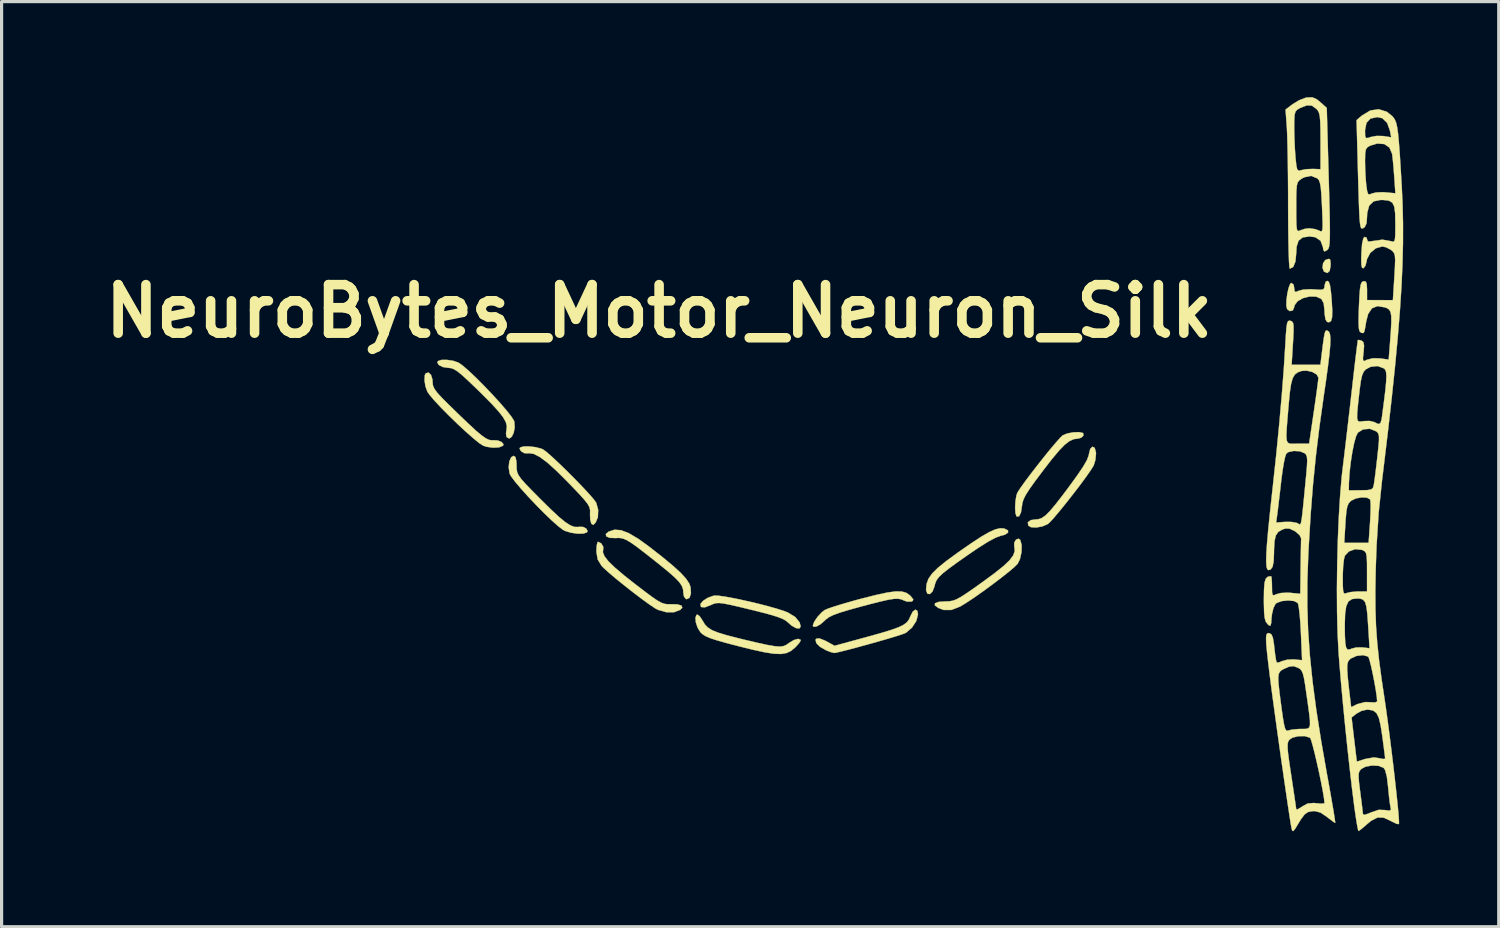
<source format=kicad_pcb>
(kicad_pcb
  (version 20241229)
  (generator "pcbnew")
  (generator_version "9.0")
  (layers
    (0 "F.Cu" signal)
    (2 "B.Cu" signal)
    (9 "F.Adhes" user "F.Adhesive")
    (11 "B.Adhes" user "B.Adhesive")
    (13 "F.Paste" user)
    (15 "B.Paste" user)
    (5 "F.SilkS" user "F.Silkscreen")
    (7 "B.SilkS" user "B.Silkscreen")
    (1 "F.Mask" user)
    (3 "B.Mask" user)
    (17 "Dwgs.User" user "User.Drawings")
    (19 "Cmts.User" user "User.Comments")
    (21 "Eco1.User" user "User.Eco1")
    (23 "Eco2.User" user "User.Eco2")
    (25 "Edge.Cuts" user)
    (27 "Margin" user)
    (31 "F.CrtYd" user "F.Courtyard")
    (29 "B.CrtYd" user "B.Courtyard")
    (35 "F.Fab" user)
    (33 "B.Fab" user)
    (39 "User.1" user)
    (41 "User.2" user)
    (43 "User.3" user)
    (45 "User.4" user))
  (footprint "NeuroBytes_Motor_Neuron_Silk"
    (layer "F.Cu")
    (at 17.642 6.72)
    (property "Reference" "NeuroBytes_Motor_Neuron_Silk" (at 0 0 0) (layer "F.SilkS") (effects (font (size 1.524 1.524) (thickness 0.3))))
    (attr through_hole)
    (fp_poly (pts (xy 21.071 -1.614) (xy 21.082 -1.495) (xy 21.082 -1.429) (xy 21.053 -1.266) (xy 20.979 -1.199) (xy 20.876 -1.243) (xy 20.87 -1.249) (xy 20.828 -1.362) (xy 20.845 -1.503) (xy 20.912 -1.604) (xy 20.928 -1.612) (xy 21.028 -1.644) (xy 21.071 -1.614)) (stroke (width 0.01) (type solid)) (fill yes) (layer "F.SilkS"))
    (fp_poly (pts (xy 10.831 6.822) (xy 10.84 6.824) (xy 10.954 6.881) (xy 10.955 6.952) (xy 10.854 7.018) (xy 10.719 7.053) (xy 10.563 7.11) (xy 10.323 7.239) (xy 10.012 7.435) (xy 9.69 7.654) (xy 9.344 7.898) (xy 9.088 8.085) (xy 8.908 8.228) (xy 8.788 8.342) (xy 8.713 8.441) (xy 8.67 8.539) (xy 8.642 8.649) (xy 8.582 8.803) (xy 8.5 8.88) (xy 8.424 8.87) (xy 8.383 8.765) (xy 8.382 8.73) (xy 8.399 8.557) (xy 8.458 8.397) (xy 8.573 8.234) (xy 8.756 8.053) (xy 9.022 7.838) (xy 9.383 7.574) (xy 9.405 7.559) (xy 9.805 7.281) (xy 10.121 7.075) (xy 10.367 6.934) (xy 10.558 6.849) (xy 10.708 6.814) (xy 10.831 6.822)) (stroke (width 0.01) (type solid)) (fill yes) (layer "F.SilkS"))
    (fp_poly (pts (xy -1.196 6.875) (xy -0.951 6.969) (xy -0.651 7.147) (xy -0.334 7.376) (xy 0.097 7.712) (xy 0.432 7.989) (xy 0.679 8.215) (xy 0.848 8.4) (xy 0.949 8.554) (xy 0.988 8.667) (xy 0.999 8.863) (xy 0.955 8.997) (xy 0.868 9.04) (xy 0.841 9.034) (xy 0.781 8.957) (xy 0.762 8.849) (xy 0.752 8.731) (xy 0.712 8.62) (xy 0.629 8.499) (xy 0.488 8.354) (xy 0.277 8.169) (xy -0.019 7.928) (xy -0.117 7.85) (xy -0.451 7.587) (xy -0.704 7.393) (xy -0.893 7.26) (xy -1.037 7.176) (xy -1.152 7.132) (xy -1.256 7.117) (xy -1.368 7.122) (xy -1.368 7.122) (xy -1.552 7.115) (xy -1.659 7.068) (xy -1.673 6.996) (xy -1.585 6.92) (xy -1.402 6.861) (xy -1.196 6.875)) (stroke (width 0.01) (type solid)) (fill yes) (layer "F.SilkS"))
    (fp_poly (pts (xy 13.675 4.29) (xy 13.714 4.43) (xy 13.716 4.476) (xy 13.696 4.674) (xy 13.646 4.838) (xy 13.642 4.846) (xy 13.55 4.993) (xy 13.402 5.205) (xy 13.214 5.46) (xy 13.002 5.736) (xy 12.785 6.013) (xy 12.578 6.268) (xy 12.4 6.48) (xy 12.266 6.626) (xy 12.206 6.68) (xy 12.037 6.755) (xy 11.847 6.79) (xy 11.681 6.783) (xy 11.589 6.731) (xy 11.577 6.627) (xy 11.671 6.558) (xy 11.801 6.54) (xy 11.912 6.53) (xy 12.018 6.491) (xy 12.133 6.41) (xy 12.27 6.273) (xy 12.443 6.068) (xy 12.666 5.781) (xy 12.858 5.526) (xy 13.124 5.16) (xy 13.314 4.879) (xy 13.433 4.671) (xy 13.488 4.525) (xy 13.493 4.492) (xy 13.535 4.322) (xy 13.605 4.254) (xy 13.675 4.29)) (stroke (width 0.01) (type solid)) (fill yes) (layer "F.SilkS"))
    (fp_poly (pts (xy 8.107 9.404) (xy 8.128 9.518) (xy 8.075 9.725) (xy 7.939 9.933) (xy 7.753 10.093) (xy 7.731 10.105) (xy 7.631 10.143) (xy 7.436 10.205) (xy 7.172 10.285) (xy 6.863 10.374) (xy 6.535 10.466) (xy 6.214 10.554) (xy 5.924 10.631) (xy 5.69 10.69) (xy 5.538 10.724) (xy 5.497 10.729) (xy 5.395 10.704) (xy 5.243 10.646) (xy 5.239 10.643) (xy 5.052 10.537) (xy 4.936 10.42) (xy 4.911 10.316) (xy 4.931 10.283) (xy 5.032 10.271) (xy 5.214 10.343) (xy 5.251 10.363) (xy 5.509 10.504) (xy 6.517 10.229) (xy 6.949 10.109) (xy 7.274 10.01) (xy 7.509 9.926) (xy 7.671 9.848) (xy 7.778 9.768) (xy 7.845 9.678) (xy 7.883 9.589) (xy 7.962 9.433) (xy 8.044 9.37) (xy 8.107 9.404)) (stroke (width 0.01) (type solid)) (fill yes) (layer "F.SilkS"))
    (fp_poly (pts (xy -7.162 1.997) (xy -7.116 2.142) (xy -7.112 2.208) (xy -7.102 2.321) (xy -7.06 2.428) (xy -6.97 2.554) (xy -6.816 2.722) (xy -6.62 2.918) (xy -6.255 3.274) (xy -5.967 3.549) (xy -5.745 3.754) (xy -5.575 3.897) (xy -5.446 3.988) (xy -5.346 4.037) (xy -5.263 4.053) (xy -5.202 4.05) (xy -5.062 4.058) (xy -4.944 4.107) (xy -4.885 4.176) (xy -4.901 4.224) (xy -5.023 4.274) (xy -5.213 4.285) (xy -5.417 4.256) (xy -5.524 4.22) (xy -5.649 4.14) (xy -5.838 3.985) (xy -6.073 3.778) (xy -6.333 3.536) (xy -6.596 3.28) (xy -6.844 3.03) (xy -7.054 2.805) (xy -7.207 2.625) (xy -7.275 2.527) (xy -7.336 2.357) (xy -7.365 2.168) (xy -7.356 2.011) (xy -7.328 1.952) (xy -7.24 1.925) (xy -7.162 1.997)) (stroke (width 0.01) (type solid)) (fill yes) (layer "F.SilkS"))
    (fp_poly (pts (xy -1.818 7.288) (xy -1.754 7.392) (xy -1.754 7.458) (xy -1.765 7.566) (xy -1.714 7.694) (xy -1.592 7.851) (xy -1.39 8.047) (xy -1.098 8.295) (xy -0.789 8.539) (xy -0.47 8.784) (xy -0.233 8.961) (xy -0.058 9.081) (xy 0.072 9.153) (xy 0.177 9.189) (xy 0.274 9.2) (xy 0.345 9.199) (xy 0.573 9.203) (xy 0.704 9.242) (xy 0.727 9.308) (xy 0.664 9.376) (xy 0.471 9.449) (xy 0.224 9.449) (xy -0.027 9.378) (xy -0.117 9.332) (xy -0.301 9.209) (xy -0.542 9.035) (xy -0.816 8.827) (xy -1.098 8.605) (xy -1.365 8.389) (xy -1.591 8.197) (xy -1.753 8.05) (xy -1.805 7.995) (xy -1.927 7.796) (xy -1.968 7.56) (xy -1.968 7.52) (xy -1.958 7.351) (xy -1.932 7.251) (xy -1.918 7.239) (xy -1.818 7.288)) (stroke (width 0.01) (type solid)) (fill yes) (layer "F.SilkS"))
    (fp_poly (pts (xy 1.856 8.931) (xy 2.079 8.962) (xy 2.371 9.016) (xy 2.706 9.088) (xy 3.057 9.169) (xy 3.397 9.256) (xy 3.7 9.341) (xy 3.94 9.419) (xy 4.039 9.458) (xy 4.273 9.6) (xy 4.413 9.772) (xy 4.445 9.902) (xy 4.402 9.961) (xy 4.296 9.948) (xy 4.16 9.871) (xy 4.064 9.787) (xy 3.982 9.717) (xy 3.865 9.653) (xy 3.693 9.588) (xy 3.447 9.514) (xy 3.106 9.426) (xy 2.875 9.369) (xy 2.496 9.277) (xy 2.219 9.214) (xy 2.023 9.176) (xy 1.885 9.16) (xy 1.785 9.166) (xy 1.701 9.19) (xy 1.612 9.23) (xy 1.612 9.23) (xy 1.436 9.297) (xy 1.331 9.289) (xy 1.308 9.271) (xy 1.299 9.19) (xy 1.382 9.091) (xy 1.529 8.997) (xy 1.71 8.932) (xy 1.728 8.928) (xy 1.856 8.931)) (stroke (width 0.01) (type solid)) (fill yes) (layer "F.SilkS"))
    (fp_poly (pts (xy 7.614 8.799) (xy 7.756 8.839) (xy 7.867 8.914) (xy 7.906 8.953) (xy 7.979 9.048) (xy 7.962 9.096) (xy 7.919 9.116) (xy 7.787 9.118) (xy 7.693 9.085) (xy 7.604 9.046) (xy 7.504 9.027) (xy 7.373 9.031) (xy 7.192 9.059) (xy 6.94 9.116) (xy 6.599 9.203) (xy 6.327 9.275) (xy 5.945 9.381) (xy 5.665 9.466) (xy 5.467 9.539) (xy 5.329 9.608) (xy 5.23 9.682) (xy 5.192 9.72) (xy 5.058 9.835) (xy 4.932 9.902) (xy 4.845 9.906) (xy 4.826 9.868) (xy 4.869 9.751) (xy 4.973 9.598) (xy 5.105 9.455) (xy 5.2 9.381) (xy 5.316 9.332) (xy 5.531 9.26) (xy 5.819 9.173) (xy 6.155 9.077) (xy 6.376 9.018) (xy 6.822 8.906) (xy 7.165 8.832) (xy 7.423 8.797) (xy 7.614 8.799)) (stroke (width 0.01) (type solid)) (fill yes) (layer "F.SilkS"))
    (fp_poly (pts (xy 11.338 7.18) (xy 11.383 7.344) (xy 11.377 7.565) (xy 11.328 7.785) (xy 11.258 7.927) (xy 11.159 8.027) (xy 10.978 8.181) (xy 10.737 8.371) (xy 10.461 8.581) (xy 10.173 8.792) (xy 9.895 8.988) (xy 9.65 9.151) (xy 9.463 9.265) (xy 9.448 9.273) (xy 9.174 9.379) (xy 8.933 9.379) (xy 8.77 9.318) (xy 8.656 9.234) (xy 8.662 9.168) (xy 8.783 9.125) (xy 8.986 9.112) (xy 9.109 9.108) (xy 9.22 9.089) (xy 9.339 9.044) (xy 9.487 8.963) (xy 9.683 8.835) (xy 9.948 8.65) (xy 10.17 8.491) (xy 10.544 8.216) (xy 10.82 7.994) (xy 11.008 7.814) (xy 11.12 7.662) (xy 11.165 7.529) (xy 11.155 7.4) (xy 11.149 7.38) (xy 11.15 7.264) (xy 11.205 7.172) (xy 11.283 7.141) (xy 11.338 7.18)) (stroke (width 0.01) (type solid)) (fill yes) (layer "F.SilkS"))
    (fp_poly (pts (xy 13.302 3.822) (xy 13.314 3.831) (xy 13.323 3.905) (xy 13.248 3.974) (xy 13.144 4) (xy 13.013 4.018) (xy 12.88 4.079) (xy 12.731 4.195) (xy 12.552 4.38) (xy 12.33 4.646) (xy 12.059 4.996) (xy 11.812 5.325) (xy 11.634 5.574) (xy 11.514 5.761) (xy 11.441 5.905) (xy 11.404 6.025) (xy 11.393 6.107) (xy 11.361 6.314) (xy 11.306 6.434) (xy 11.237 6.45) (xy 11.219 6.436) (xy 11.186 6.336) (xy 11.177 6.162) (xy 11.188 5.96) (xy 11.219 5.78) (xy 11.248 5.698) (xy 11.333 5.565) (xy 11.476 5.364) (xy 11.66 5.118) (xy 11.869 4.848) (xy 12.084 4.575) (xy 12.29 4.322) (xy 12.47 4.11) (xy 12.605 3.959) (xy 12.673 3.896) (xy 12.816 3.838) (xy 13.002 3.803) (xy 13.182 3.796) (xy 13.302 3.822)) (stroke (width 0.01) (type solid)) (fill yes) (layer "F.SilkS"))
    (fp_poly (pts (xy -4.508 4.582) (xy -4.479 4.72) (xy -4.475 4.843) (xy -4.472 4.957) (xy -4.455 5.054) (xy -4.412 5.15) (xy -4.331 5.265) (xy -4.197 5.417) (xy -3.998 5.623) (xy -3.745 5.879) (xy -3.411 6.209) (xy -3.149 6.454) (xy -2.944 6.623) (xy -2.782 6.726) (xy -2.651 6.773) (xy -2.536 6.774) (xy -2.509 6.769) (xy -2.384 6.773) (xy -2.283 6.827) (xy -2.245 6.903) (xy -2.265 6.943) (xy -2.376 6.982) (xy -2.56 6.984) (xy -2.768 6.954) (xy -2.954 6.897) (xy -3.016 6.864) (xy -3.169 6.749) (xy -3.373 6.567) (xy -3.611 6.339) (xy -3.863 6.083) (xy -4.112 5.82) (xy -4.338 5.569) (xy -4.523 5.35) (xy -4.649 5.182) (xy -4.694 5.097) (xy -4.722 4.9) (xy -4.702 4.716) (xy -4.643 4.583) (xy -4.567 4.54) (xy -4.508 4.582)) (stroke (width 0.01) (type solid)) (fill yes) (layer "F.SilkS"))
    (fp_poly (pts (xy -6.46 1.558) (xy -6.299 1.614) (xy -6.165 1.708) (xy -5.974 1.874) (xy -5.745 2.091) (xy -5.494 2.343) (xy -5.241 2.608) (xy -5.002 2.869) (xy -4.797 3.107) (xy -4.642 3.303) (xy -4.556 3.437) (xy -4.545 3.466) (xy -4.533 3.648) (xy -4.564 3.815) (xy -4.624 3.94) (xy -4.701 3.997) (xy -4.779 3.959) (xy -4.792 3.94) (xy -4.807 3.837) (xy -4.791 3.725) (xy -4.78 3.607) (xy -4.813 3.478) (xy -4.899 3.326) (xy -5.049 3.135) (xy -5.272 2.892) (xy -5.579 2.584) (xy -5.672 2.492) (xy -5.953 2.221) (xy -6.162 2.028) (xy -6.316 1.899) (xy -6.433 1.824) (xy -6.529 1.787) (xy -6.621 1.778) (xy -6.623 1.778) (xy -6.788 1.753) (xy -6.912 1.691) (xy -6.963 1.613) (xy -6.942 1.566) (xy -6.834 1.529) (xy -6.657 1.528) (xy -6.46 1.558)) (stroke (width 0.01) (type solid)) (fill yes) (layer "F.SilkS"))
    (fp_poly (pts (xy -3.883 4.268) (xy -3.703 4.313) (xy -3.646 4.338) (xy -3.535 4.419) (xy -3.359 4.573) (xy -3.137 4.781) (xy -2.89 5.021) (xy -2.638 5.274) (xy -2.4 5.52) (xy -2.197 5.739) (xy -2.048 5.911) (xy -1.975 6.012) (xy -1.913 6.234) (xy -1.922 6.467) (xy -1.991 6.633) (xy -2.065 6.709) (xy -2.12 6.678) (xy -2.13 6.663) (xy -2.162 6.545) (xy -2.169 6.368) (xy -2.167 6.34) (xy -2.166 6.246) (xy -2.185 6.159) (xy -2.237 6.059) (xy -2.336 5.931) (xy -2.492 5.756) (xy -2.72 5.517) (xy -2.856 5.376) (xy -3.217 5.016) (xy -3.511 4.75) (xy -3.749 4.574) (xy -3.94 4.478) (xy -4.092 4.457) (xy -4.131 4.464) (xy -4.239 4.454) (xy -4.336 4.393) (xy -4.38 4.317) (xy -4.365 4.281) (xy -4.263 4.247) (xy -4.086 4.244) (xy -3.883 4.268)) (stroke (width 0.01) (type solid)) (fill yes) (layer "F.SilkS"))
    (fp_poly (pts (xy 1.273 9.576) (xy 1.357 9.7) (xy 1.365 9.715) (xy 1.437 9.833) (xy 1.529 9.93) (xy 1.659 10.012) (xy 1.847 10.089) (xy 2.112 10.17) (xy 2.473 10.263) (xy 2.689 10.316) (xy 3.098 10.412) (xy 3.404 10.479) (xy 3.627 10.517) (xy 3.786 10.529) (xy 3.9 10.515) (xy 3.991 10.477) (xy 4.078 10.416) (xy 4.081 10.414) (xy 4.23 10.324) (xy 4.361 10.287) (xy 4.438 10.312) (xy 4.445 10.339) (xy 4.403 10.412) (xy 4.299 10.529) (xy 4.262 10.566) (xy 4.137 10.667) (xy 4 10.732) (xy 3.83 10.761) (xy 3.61 10.754) (xy 3.322 10.71) (xy 2.948 10.629) (xy 2.515 10.522) (xy 2.113 10.417) (xy 1.815 10.333) (xy 1.603 10.263) (xy 1.458 10.2) (xy 1.359 10.137) (xy 1.293 10.073) (xy 1.207 9.932) (xy 1.154 9.769) (xy 1.141 9.624) (xy 1.174 9.535) (xy 1.205 9.525) (xy 1.273 9.576)) (stroke (width 0.01) (type solid)) (fill yes) (layer "F.SilkS"))
    (fp_poly (pts (xy 21.027 -0.919) (xy 21.064 -0.807) (xy 21.093 -0.599) (xy 21.116 -0.344) (xy 21.134 -0.021) (xy 21.128 0.193) (xy 21.094 0.31) (xy 21.031 0.348) (xy 20.971 0.336) (xy 20.919 0.255) (xy 20.893 0.076) (xy 20.892 0.002) (xy 20.865 -0.248) (xy 20.79 -0.386) (xy 20.626 -0.458) (xy 20.422 -0.462) (xy 20.217 -0.411) (xy 20.046 -0.314) (xy 19.949 -0.185) (xy 19.939 -0.126) (xy 19.894 -0.024) (xy 19.798 -0.003) (xy 19.715 -0.067) (xy 19.691 -0.177) (xy 19.696 -0.351) (xy 19.722 -0.549) (xy 19.763 -0.731) (xy 19.812 -0.856) (xy 19.85 -0.889) (xy 19.92 -0.834) (xy 19.939 -0.728) (xy 19.951 -0.616) (xy 20.011 -0.609) (xy 20.075 -0.64) (xy 20.22 -0.678) (xy 20.434 -0.69) (xy 20.551 -0.685) (xy 20.748 -0.672) (xy 20.849 -0.685) (xy 20.886 -0.733) (xy 20.892 -0.804) (xy 20.924 -0.921) (xy 20.981 -0.953) (xy 21.027 -0.919)) (stroke (width 0.01) (type solid)) (fill yes) (layer "F.SilkS"))
    (fp_poly (pts (xy 20.645 -6.655) (xy 20.759 -6.563) (xy 20.961 -6.382) (xy 21.022 -4.191) (xy 21.038 -3.604) (xy 21.05 -3.132) (xy 21.057 -2.76) (xy 21.059 -2.477) (xy 21.056 -2.268) (xy 21.048 -2.123) (xy 21.034 -2.027) (xy 21.014 -1.967) (xy 20.988 -1.931) (xy 20.971 -1.917) (xy 20.89 -1.874) (xy 20.853 -1.923) (xy 20.84 -2.013) (xy 20.766 -2.212) (xy 20.602 -2.323) (xy 20.419 -2.347) (xy 20.206 -2.316) (xy 20.076 -2.215) (xy 20.014 -2.025) (xy 20.003 -1.831) (xy 19.978 -1.561) (xy 19.909 -1.392) (xy 19.799 -1.333) (xy 19.787 -1.394) (xy 19.775 -1.567) (xy 19.765 -1.836) (xy 19.757 -2.185) (xy 19.752 -2.599) (xy 19.749 -3.064) (xy 19.748 -3.26) (xy 19.748 -3.261) (xy 20.003 -3.261) (xy 20.003 -2.934) (xy 20.008 -2.715) (xy 20.02 -2.585) (xy 20.043 -2.526) (xy 20.079 -2.517) (xy 20.125 -2.538) (xy 20.286 -2.589) (xy 20.415 -2.603) (xy 20.599 -2.576) (xy 20.715 -2.533) (xy 20.769 -2.507) (xy 20.805 -2.512) (xy 20.825 -2.566) (xy 20.832 -2.688) (xy 20.827 -2.896) (xy 20.815 -3.209) (xy 20.812 -3.275) (xy 20.794 -3.621) (xy 20.775 -3.862) (xy 20.749 -4.019) (xy 20.714 -4.115) (xy 20.666 -4.17) (xy 20.663 -4.171) (xy 20.466 -4.249) (xy 20.25 -4.203) (xy 20.159 -4.152) (xy 20.094 -4.104) (xy 20.05 -4.046) (xy 20.023 -3.953) (xy 20.009 -3.803) (xy 20.003 -3.571) (xy 20.003 -3.261) (xy 19.748 -3.261) (xy 19.747 -3.776) (xy 19.743 -4.279) (xy 19.737 -4.748) (xy 19.729 -5.161) (xy 19.72 -5.495) (xy 19.71 -5.728) (xy 19.708 -5.759) (xy 19.708 -5.761) (xy 19.939 -5.761) (xy 19.945 -5.44) (xy 19.96 -5.1) (xy 19.98 -4.812) (xy 19.981 -4.809) (xy 20.005 -4.583) (xy 20.031 -4.459) (xy 20.071 -4.413) (xy 20.135 -4.42) (xy 20.155 -4.427) (xy 20.309 -4.458) (xy 20.506 -4.467) (xy 20.526 -4.467) (xy 20.765 -4.458) (xy 20.765 -5.34) (xy 20.763 -5.697) (xy 20.756 -5.948) (xy 20.742 -6.119) (xy 20.716 -6.23) (xy 20.678 -6.304) (xy 20.637 -6.35) (xy 20.494 -6.454) (xy 20.339 -6.464) (xy 20.133 -6.383) (xy 20.126 -6.38) (xy 20.034 -6.327) (xy 19.979 -6.266) (xy 19.951 -6.165) (xy 19.941 -5.994) (xy 19.939 -5.761) (xy 19.708 -5.761) (xy 19.667 -6.33) (xy 19.893 -6.502) (xy 20.088 -6.62) (xy 20.292 -6.7) (xy 20.337 -6.709) (xy 20.505 -6.715) (xy 20.645 -6.655)) (stroke (width 0.01) (type solid)) (fill yes) (layer "F.SilkS"))
    (fp_poly (pts (xy 19.821 0.301) (xy 19.873 0.324) (xy 19.905 0.375) (xy 19.919 0.478) (xy 19.918 0.655) (xy 19.904 0.931) (xy 19.899 1.008) (xy 19.858 1.683) (xy 20.761 1.683) (xy 20.792 1.429) (xy 20.834 1.087) (xy 20.866 0.853) (xy 20.892 0.707) (xy 20.916 0.631) (xy 20.944 0.604) (xy 20.979 0.609) (xy 20.99 0.613) (xy 21.036 0.652) (xy 21.064 0.734) (xy 21.076 0.872) (xy 21.069 1.078) (xy 21.043 1.363) (xy 20.997 1.74) (xy 20.931 2.221) (xy 20.863 2.684) (xy 20.728 3.65) (xy 20.617 4.563) (xy 20.527 5.463) (xy 20.454 6.395) (xy 20.394 7.4) (xy 20.38 7.67) (xy 20.352 8.464) (xy 20.35 9.237) (xy 20.375 10.01) (xy 20.43 10.802) (xy 20.516 11.635) (xy 20.634 12.528) (xy 20.787 13.501) (xy 20.975 14.575) (xy 20.978 14.589) (xy 21.053 15.003) (xy 21.118 15.373) (xy 21.171 15.68) (xy 21.207 15.908) (xy 21.225 16.04) (xy 21.225 16.066) (xy 21.167 16.029) (xy 21.043 15.937) (xy 20.959 15.87) (xy 20.764 15.74) (xy 20.592 15.694) (xy 20.502 15.696) (xy 20.37 15.724) (xy 20.265 15.798) (xy 20.154 15.945) (xy 20.088 16.053) (xy 19.978 16.234) (xy 19.914 16.318) (xy 19.88 16.316) (xy 19.857 16.24) (xy 19.851 16.212) (xy 19.826 16.07) (xy 19.787 15.82) (xy 19.736 15.482) (xy 19.676 15.073) (xy 19.609 14.613) (xy 19.538 14.119) (xy 19.475 13.675) (xy 19.73 13.675) (xy 19.742 13.841) (xy 19.773 14.084) (xy 19.823 14.425) (xy 19.846 14.575) (xy 19.898 14.92) (xy 19.943 15.222) (xy 19.977 15.456) (xy 19.998 15.602) (xy 20.002 15.639) (xy 20.046 15.638) (xy 20.155 15.574) (xy 20.189 15.55) (xy 20.361 15.456) (xy 20.552 15.439) (xy 20.633 15.447) (xy 20.793 15.46) (xy 20.883 15.449) (xy 20.89 15.44) (xy 20.875 15.298) (xy 20.838 15.073) (xy 20.784 14.794) (xy 20.72 14.484) (xy 20.65 14.171) (xy 20.582 13.879) (xy 20.519 13.635) (xy 20.469 13.463) (xy 20.437 13.391) (xy 20.437 13.391) (xy 20.273 13.34) (xy 20.067 13.342) (xy 19.88 13.39) (xy 19.793 13.448) (xy 19.756 13.499) (xy 19.735 13.568) (xy 19.73 13.675) (xy 19.475 13.675) (xy 19.466 13.61) (xy 19.395 13.104) (xy 19.329 12.621) (xy 19.268 12.178) (xy 19.217 11.794) (xy 19.181 11.506) (xy 19.438 11.506) (xy 19.446 11.688) (xy 19.475 11.952) (xy 19.522 12.317) (xy 19.536 12.424) (xy 19.582 12.754) (xy 19.62 12.975) (xy 19.654 13.106) (xy 19.689 13.165) (xy 19.731 13.17) (xy 19.743 13.166) (xy 19.865 13.136) (xy 20.056 13.118) (xy 20.145 13.115) (xy 20.268 13.115) (xy 20.355 13.106) (xy 20.409 13.069) (xy 20.434 12.988) (xy 20.432 12.843) (xy 20.407 12.618) (xy 20.363 12.295) (xy 20.33 12.065) (xy 20.283 11.735) (xy 20.244 11.508) (xy 20.206 11.362) (xy 20.163 11.274) (xy 20.107 11.221) (xy 20.048 11.189) (xy 19.911 11.142) (xy 19.78 11.159) (xy 19.654 11.212) (xy 19.559 11.259) (xy 19.493 11.311) (xy 19.453 11.387) (xy 19.438 11.506) (xy 19.181 11.506) (xy 19.179 11.497) (xy 19.123 11.039) (xy 19.084 10.691) (xy 19.061 10.44) (xy 19.055 10.271) (xy 19.064 10.168) (xy 19.09 10.118) (xy 19.131 10.105) (xy 19.161 10.108) (xy 19.225 10.148) (xy 19.27 10.254) (xy 19.303 10.452) (xy 19.315 10.564) (xy 19.341 10.785) (xy 19.367 10.952) (xy 19.389 11.028) (xy 19.389 11.028) (xy 19.461 11.026) (xy 19.56 10.985) (xy 19.716 10.941) (xy 19.915 10.931) (xy 19.943 10.933) (xy 20.186 10.956) (xy 20.149 10.098) (xy 20.131 9.776) (xy 20.108 9.496) (xy 20.081 9.286) (xy 20.055 9.17) (xy 20.05 9.16) (xy 19.934 9.099) (xy 19.751 9.08) (xy 19.553 9.1) (xy 19.393 9.157) (xy 19.35 9.192) (xy 19.286 9.32) (xy 19.24 9.516) (xy 19.229 9.617) (xy 19.214 9.799) (xy 19.191 9.875) (xy 19.148 9.865) (xy 19.098 9.818) (xy 19.045 9.744) (xy 19.012 9.63) (xy 18.994 9.45) (xy 18.987 9.179) (xy 18.986 9.051) (xy 18.991 8.734) (xy 19.008 8.522) (xy 19.046 8.397) (xy 19.109 8.336) (xy 19.204 8.319) (xy 19.214 8.319) (xy 19.229 8.376) (xy 19.239 8.522) (xy 19.241 8.638) (xy 19.244 8.825) (xy 19.263 8.909) (xy 19.312 8.916) (xy 19.377 8.885) (xy 19.522 8.847) (xy 19.73 8.836) (xy 19.821 8.842) (xy 20.13 8.871) (xy 20.14 8.055) (xy 20.144 7.738) (xy 20.149 7.46) (xy 20.153 7.25) (xy 20.156 7.137) (xy 20.156 7.131) (xy 20.109 7.032) (xy 19.986 6.923) (xy 19.953 6.902) (xy 19.793 6.826) (xy 19.664 6.822) (xy 19.562 6.856) (xy 19.438 6.929) (xy 19.361 7.042) (xy 19.32 7.221) (xy 19.305 7.494) (xy 19.305 7.567) (xy 19.294 7.85) (xy 19.26 8.025) (xy 19.197 8.111) (xy 19.129 8.128) (xy 19.092 8.1) (xy 19.068 8.011) (xy 19.059 7.851) (xy 19.065 7.611) (xy 19.086 7.284) (xy 19.123 6.86) (xy 19.146 6.636) (xy 19.371 6.636) (xy 19.65 6.614) (xy 19.85 6.615) (xy 20.011 6.643) (xy 20.045 6.657) (xy 20.081 6.68) (xy 20.11 6.693) (xy 20.133 6.682) (xy 20.153 6.634) (xy 20.172 6.533) (xy 20.194 6.366) (xy 20.22 6.118) (xy 20.254 5.777) (xy 20.297 5.328) (xy 20.312 5.175) (xy 20.338 4.88) (xy 20.347 4.686) (xy 20.337 4.566) (xy 20.307 4.496) (xy 20.271 4.461) (xy 20.119 4.398) (xy 19.929 4.386) (xy 19.76 4.422) (xy 19.691 4.47) (xy 19.656 4.564) (xy 19.614 4.758) (xy 19.571 5.023) (xy 19.53 5.334) (xy 19.526 5.375) (xy 19.488 5.705) (xy 19.452 6.01) (xy 19.423 6.255) (xy 19.403 6.409) (xy 19.402 6.414) (xy 19.371 6.636) (xy 19.146 6.636) (xy 19.177 6.33) (xy 19.247 5.685) (xy 19.27 5.477) (xy 19.374 4.508) (xy 19.431 3.929) (xy 19.692 3.929) (xy 19.704 4.058) (xy 19.74 4.129) (xy 19.803 4.158) (xy 19.899 4.162) (xy 20.032 4.159) (xy 20.046 4.159) (xy 20.407 4.159) (xy 20.552 3.175) (xy 20.602 2.829) (xy 20.645 2.523) (xy 20.677 2.28) (xy 20.696 2.126) (xy 20.699 2.087) (xy 20.645 1.987) (xy 20.507 1.907) (xy 20.331 1.866) (xy 20.176 1.875) (xy 20.051 1.918) (xy 19.959 1.988) (xy 19.891 2.103) (xy 19.841 2.284) (xy 19.801 2.549) (xy 19.766 2.917) (xy 19.757 3.02) (xy 19.723 3.427) (xy 19.7 3.724) (xy 19.692 3.929) (xy 19.431 3.929) (xy 19.468 3.55) (xy 19.549 2.632) (xy 19.614 1.783) (xy 19.658 1.072) (xy 19.677 0.741) (xy 19.695 0.517) (xy 19.716 0.381) (xy 19.745 0.314) (xy 19.784 0.296) (xy 19.821 0.301)) (stroke (width 0.01) (type solid)) (fill yes) (layer "F.SilkS"))
    (fp_poly (pts (xy 22.847 -6.261) (xy 23.016 -6.125) (xy 23.067 -6.064) (xy 23.109 -5.993) (xy 23.144 -5.899) (xy 23.173 -5.766) (xy 23.199 -5.58) (xy 23.223 -5.326) (xy 23.249 -4.991) (xy 23.277 -4.559) (xy 23.309 -4.016) (xy 23.313 -3.958) (xy 23.341 -3.366) (xy 23.355 -2.763) (xy 23.354 -2.137) (xy 23.338 -1.478) (xy 23.306 -0.773) (xy 23.257 -0.012) (xy 23.19 0.815) (xy 23.105 1.721) (xy 23.001 2.717) (xy 22.877 3.812) (xy 22.732 5.02) (xy 22.697 5.302) (xy 22.591 6.322) (xy 22.524 7.367) (xy 22.497 8.13) (xy 22.486 8.782) (xy 22.489 9.353) (xy 22.507 9.878) (xy 22.544 10.394) (xy 22.6 10.935) (xy 22.68 11.535) (xy 22.764 12.097) (xy 22.817 12.457) (xy 22.874 12.87) (xy 22.933 13.318) (xy 22.991 13.784) (xy 23.048 14.25) (xy 23.1 14.7) (xy 23.146 15.116) (xy 23.184 15.48) (xy 23.212 15.776) (xy 23.227 15.986) (xy 23.228 16.093) (xy 23.225 16.102) (xy 23.156 16.094) (xy 23.023 16.032) (xy 22.978 16.006) (xy 22.75 15.9) (xy 22.554 15.895) (xy 22.354 15.998) (xy 22.233 16.097) (xy 22.089 16.223) (xy 21.987 16.303) (xy 21.957 16.32) (xy 21.938 16.26) (xy 21.907 16.099) (xy 21.869 15.86) (xy 21.827 15.567) (xy 21.824 15.542) (xy 21.756 15.005) (xy 21.71 14.608) (xy 21.959 14.608) (xy 21.973 14.787) (xy 22.007 15.062) (xy 22.012 15.097) (xy 22.047 15.369) (xy 22.075 15.596) (xy 22.092 15.748) (xy 22.096 15.789) (xy 22.147 15.813) (xy 22.288 15.764) (xy 22.334 15.741) (xy 22.593 15.654) (xy 22.786 15.661) (xy 22.928 15.68) (xy 22.976 15.653) (xy 22.966 15.582) (xy 22.944 15.464) (xy 22.918 15.259) (xy 22.893 15.006) (xy 22.887 14.939) (xy 22.848 14.616) (xy 22.794 14.41) (xy 22.749 14.338) (xy 22.592 14.274) (xy 22.38 14.262) (xy 22.174 14.301) (xy 22.051 14.368) (xy 21.996 14.426) (xy 21.966 14.497) (xy 21.959 14.608) (xy 21.71 14.608) (xy 21.684 14.382) (xy 21.609 13.703) (xy 21.536 13.001) (xy 21.512 12.754) (xy 21.74 12.754) (xy 21.821 13.442) (xy 21.854 13.72) (xy 21.881 13.946) (xy 21.899 14.093) (xy 21.904 14.137) (xy 21.96 14.124) (xy 22.095 14.081) (xy 22.155 14.06) (xy 22.439 14.008) (xy 22.599 14.032) (xy 22.733 14.058) (xy 22.794 14.048) (xy 22.794 14.045) (xy 22.786 13.968) (xy 22.764 13.793) (xy 22.732 13.549) (xy 22.704 13.337) (xy 22.651 12.996) (xy 22.594 12.761) (xy 22.52 12.615) (xy 22.419 12.538) (xy 22.279 12.511) (xy 22.221 12.509) (xy 22.047 12.549) (xy 21.896 12.632) (xy 21.74 12.754) (xy 21.512 12.754) (xy 21.468 12.306) (xy 21.408 11.651) (xy 21.375 11.263) (xy 21.603 11.263) (xy 21.619 11.487) (xy 21.652 11.802) (xy 21.692 12.137) (xy 21.727 12.431) (xy 21.918 12.336) (xy 22.168 12.27) (xy 22.326 12.276) (xy 22.473 12.284) (xy 22.541 12.255) (xy 22.543 12.249) (xy 22.531 12.104) (xy 22.499 11.888) (xy 22.454 11.633) (xy 22.402 11.37) (xy 22.35 11.131) (xy 22.302 10.947) (xy 22.267 10.85) (xy 22.262 10.844) (xy 22.1 10.798) (xy 21.898 10.821) (xy 21.725 10.898) (xy 21.666 10.948) (xy 21.626 11.012) (xy 21.605 11.111) (xy 21.603 11.263) (xy 21.375 11.263) (xy 21.358 11.067) (xy 21.331 10.7) (xy 21.301 10.115) (xy 21.294 9.845) (xy 21.526 9.845) (xy 21.526 9.847) (xy 21.53 10.191) (xy 21.543 10.424) (xy 21.569 10.562) (xy 21.615 10.622) (xy 21.682 10.619) (xy 21.731 10.597) (xy 21.881 10.557) (xy 22.071 10.554) (xy 22.081 10.555) (xy 22.304 10.581) (xy 22.259 9.847) (xy 22.235 9.509) (xy 22.206 9.277) (xy 22.164 9.133) (xy 22.1 9.055) (xy 22.006 9.023) (xy 21.913 9.018) (xy 21.752 9.038) (xy 21.641 9.113) (xy 21.572 9.261) (xy 21.537 9.499) (xy 21.526 9.845) (xy 21.294 9.845) (xy 21.284 9.443) (xy 21.28 8.714) (xy 21.284 8.353) (xy 21.463 8.353) (xy 21.465 8.617) (xy 21.475 8.776) (xy 21.497 8.851) (xy 21.537 8.865) (xy 21.574 8.851) (xy 21.707 8.818) (xy 21.899 8.8) (xy 21.955 8.799) (xy 22.225 8.798) (xy 22.225 8.176) (xy 22.224 7.89) (xy 22.215 7.705) (xy 22.194 7.596) (xy 22.154 7.537) (xy 22.088 7.502) (xy 22.066 7.493) (xy 21.853 7.47) (xy 21.655 7.543) (xy 21.53 7.676) (xy 21.499 7.796) (xy 21.476 8.004) (xy 21.464 8.262) (xy 21.463 8.353) (xy 21.284 8.353) (xy 21.289 7.956) (xy 21.306 7.271) (xy 21.51 7.271) (xy 22.275 7.271) (xy 22.32 6.623) (xy 22.334 6.345) (xy 22.339 6.113) (xy 22.332 5.956) (xy 22.322 5.909) (xy 22.223 5.854) (xy 22.058 5.845) (xy 21.875 5.878) (xy 21.725 5.95) (xy 21.72 5.954) (xy 21.653 6.024) (xy 21.607 6.125) (xy 21.577 6.283) (xy 21.555 6.528) (xy 21.546 6.668) (xy 21.51 7.271) (xy 21.306 7.271) (xy 21.308 7.197) (xy 21.339 6.466) (xy 21.38 5.791) (xy 21.394 5.624) (xy 21.654 5.624) (xy 22.03 5.622) (xy 22.241 5.616) (xy 22.358 5.594) (xy 22.413 5.543) (xy 22.436 5.461) (xy 22.456 5.335) (xy 22.485 5.116) (xy 22.519 4.836) (xy 22.548 4.58) (xy 22.582 4.267) (xy 22.6 4.057) (xy 22.599 3.924) (xy 22.58 3.844) (xy 22.54 3.794) (xy 22.51 3.77) (xy 22.311 3.691) (xy 22.099 3.71) (xy 21.936 3.814) (xy 21.879 3.932) (xy 21.819 4.146) (xy 21.762 4.428) (xy 21.713 4.747) (xy 21.676 5.073) (xy 21.657 5.377) (xy 21.656 5.431) (xy 21.654 5.624) (xy 21.394 5.624) (xy 21.43 5.2) (xy 21.458 4.953) (xy 21.505 4.563) (xy 21.562 4.085) (xy 21.624 3.557) (xy 21.649 3.345) (xy 21.913 3.345) (xy 21.93 3.431) (xy 21.972 3.464) (xy 22.042 3.463) (xy 22.123 3.45) (xy 22.306 3.445) (xy 22.452 3.481) (xy 22.456 3.483) (xy 22.575 3.541) (xy 22.642 3.522) (xy 22.68 3.407) (xy 22.698 3.286) (xy 22.758 2.826) (xy 22.801 2.476) (xy 22.825 2.219) (xy 22.833 2.039) (xy 22.825 1.92) (xy 22.801 1.845) (xy 22.762 1.8) (xy 22.756 1.796) (xy 22.559 1.722) (xy 22.337 1.745) (xy 22.185 1.827) (xy 22.12 1.901) (xy 22.07 2.014) (xy 22.03 2.194) (xy 21.993 2.466) (xy 21.979 2.59) (xy 21.94 2.943) (xy 21.917 3.189) (xy 21.913 3.345) (xy 21.649 3.345) (xy 21.687 3.018) (xy 21.745 2.505) (xy 21.756 2.413) (xy 21.803 1.993) (xy 21.847 1.617) (xy 21.885 1.303) (xy 21.914 1.069) (xy 21.933 0.932) (xy 21.938 0.903) (xy 22.001 0.908) (xy 22.054 0.925) (xy 22.112 0.974) (xy 22.132 1.082) (xy 22.117 1.281) (xy 22.116 1.283) (xy 22.097 1.47) (xy 22.103 1.555) (xy 22.147 1.562) (xy 22.225 1.524) (xy 22.406 1.477) (xy 22.638 1.482) (xy 22.905 1.519) (xy 22.946 0.998) (xy 22.974 0.613) (xy 22.988 0.335) (xy 22.985 0.144) (xy 22.962 0.021) (xy 22.916 -0.053) (xy 22.845 -0.098) (xy 22.788 -0.12) (xy 22.554 -0.16) (xy 22.379 -0.091) (xy 22.259 0.089) (xy 22.2 0.318) (xy 22.164 0.532) (xy 22.138 0.646) (xy 22.108 0.687) (xy 22.062 0.681) (xy 22.028 0.668) (xy 21.99 0.63) (xy 21.968 0.538) (xy 21.959 0.372) (xy 21.962 0.113) (xy 21.971 -0.143) (xy 21.987 -0.473) (xy 22.004 -0.697) (xy 22.027 -0.835) (xy 22.059 -0.909) (xy 22.104 -0.938) (xy 22.114 -0.941) (xy 22.181 -0.934) (xy 22.215 -0.861) (xy 22.225 -0.695) (xy 22.225 -0.656) (xy 22.225 -0.349) (xy 22.631 -0.348) (xy 23.037 -0.347) (xy 23.083 -1.075) (xy 23.101 -1.389) (xy 23.108 -1.602) (xy 23.1 -1.738) (xy 23.074 -1.823) (xy 23.029 -1.882) (xy 22.987 -1.918) (xy 22.831 -2.004) (xy 22.703 -2.032) (xy 22.501 -1.975) (xy 22.328 -1.831) (xy 22.224 -1.637) (xy 22.213 -1.575) (xy 22.176 -1.428) (xy 22.113 -1.349) (xy 22.111 -1.348) (xy 22.069 -1.363) (xy 22.047 -1.455) (xy 22.043 -1.643) (xy 22.048 -1.814) (xy 22.069 -2.108) (xy 22.107 -2.283) (xy 22.146 -2.334) (xy 22.214 -2.307) (xy 22.225 -2.258) (xy 22.252 -2.191) (xy 22.352 -2.192) (xy 22.4 -2.203) (xy 22.709 -2.246) (xy 22.971 -2.199) (xy 23.037 -2.181) (xy 23.079 -2.196) (xy 23.102 -2.267) (xy 23.112 -2.414) (xy 23.114 -2.659) (xy 23.114 -2.756) (xy 23.108 -3.072) (xy 23.081 -3.282) (xy 23.019 -3.408) (xy 22.91 -3.471) (xy 22.74 -3.491) (xy 22.652 -3.493) (xy 22.432 -3.449) (xy 22.293 -3.315) (xy 22.23 -3.084) (xy 22.225 -2.966) (xy 22.21 -2.76) (xy 22.156 -2.645) (xy 22.107 -2.608) (xy 22.072 -2.595) (xy 22.044 -2.605) (xy 22.022 -2.653) (xy 22.005 -2.752) (xy 21.99 -2.915) (xy 21.978 -3.155) (xy 21.966 -3.487) (xy 21.953 -3.924) (xy 21.943 -4.272) (xy 21.931 -4.724) (xy 22.162 -4.724) (xy 22.162 -4.705) (xy 22.169 -4.419) (xy 22.186 -4.125) (xy 22.202 -3.955) (xy 22.229 -3.765) (xy 22.261 -3.677) (xy 22.313 -3.667) (xy 22.37 -3.693) (xy 22.508 -3.727) (xy 22.71 -3.737) (xy 22.806 -3.731) (xy 23.115 -3.702) (xy 23.08 -4.216) (xy 23.059 -4.489) (xy 23.036 -4.739) (xy 23.015 -4.918) (xy 23.013 -4.936) (xy 22.93 -5.135) (xy 22.769 -5.247) (xy 22.547 -5.264) (xy 22.323 -5.197) (xy 22.236 -5.147) (xy 22.187 -5.074) (xy 22.167 -4.944) (xy 22.162 -4.724) (xy 21.931 -4.724) (xy 21.906 -5.662) (xy 22.162 -5.662) (xy 22.166 -5.498) (xy 22.195 -5.435) (xy 22.273 -5.444) (xy 22.336 -5.468) (xy 22.52 -5.503) (xy 22.731 -5.5) (xy 22.747 -5.497) (xy 22.984 -5.46) (xy 22.945 -5.667) (xy 22.856 -5.913) (xy 22.707 -6.058) (xy 22.549 -6.094) (xy 22.334 -6.048) (xy 22.207 -5.912) (xy 22.162 -5.682) (xy 22.162 -5.662) (xy 21.906 -5.662) (xy 21.897 -5.999) (xy 22.064 -6.142) (xy 22.327 -6.301) (xy 22.594 -6.34) (xy 22.847 -6.261)) (stroke (width 0.01) (type solid)) (fill yes) (layer "F.SilkS")))
  (gr_rect
    (start -3 -3)
    (end 44.002 26.045)
    (stroke (width 0.1) (type default))
    (fill no)
    (layer "Edge.Cuts")))
</source>
